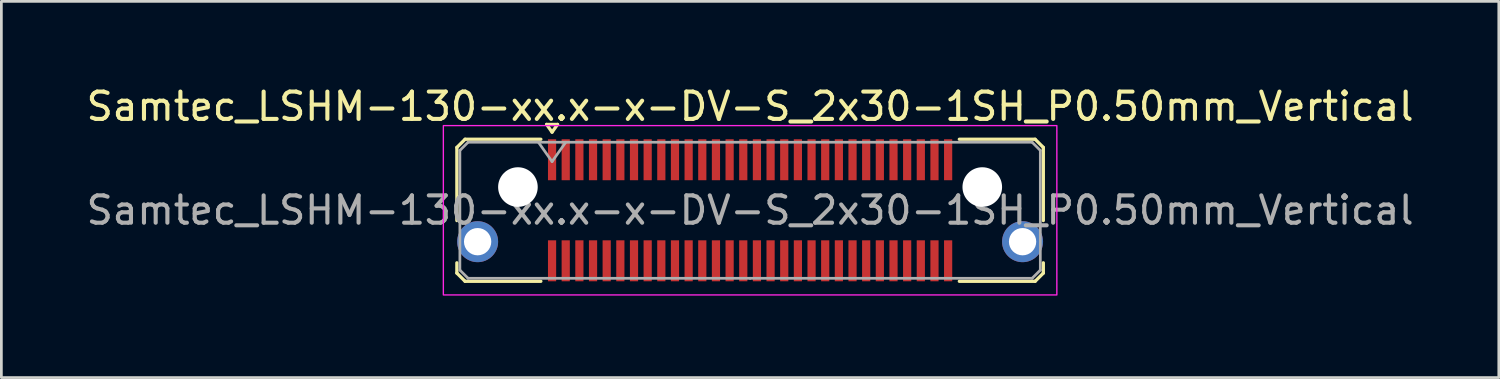
<source format=kicad_pcb>
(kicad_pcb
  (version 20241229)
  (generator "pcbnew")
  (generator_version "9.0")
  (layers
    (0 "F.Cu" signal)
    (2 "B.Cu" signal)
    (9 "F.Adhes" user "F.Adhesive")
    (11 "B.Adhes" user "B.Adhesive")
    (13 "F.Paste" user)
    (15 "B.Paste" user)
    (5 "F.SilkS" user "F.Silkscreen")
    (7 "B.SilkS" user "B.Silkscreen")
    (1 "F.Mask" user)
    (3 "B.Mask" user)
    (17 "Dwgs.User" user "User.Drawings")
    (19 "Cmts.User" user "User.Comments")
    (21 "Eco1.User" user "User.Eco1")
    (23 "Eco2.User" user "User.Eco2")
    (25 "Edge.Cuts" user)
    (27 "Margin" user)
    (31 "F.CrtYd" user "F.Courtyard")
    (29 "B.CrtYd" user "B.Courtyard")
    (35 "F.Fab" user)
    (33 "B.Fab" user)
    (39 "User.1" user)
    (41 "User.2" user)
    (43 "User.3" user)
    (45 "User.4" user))
  (footprint "Samtec_LSHM-130-xx.x-x-DV-S_2x30-1SH_P0.50mm_Vertical"
    (layer "F.Cu")
    (at 24.411 4.648)
    (property "Reference" "Samtec_LSHM-130-xx.x-x-DV-S_2x30-1SH_P0.50mm_Vertical" (at 0 -3.8 0) (layer "F.SilkS") (effects (font (size 1 1) (thickness 0.15))))
    (attr smd)
    (fp_line (start -10.735 -2.3) (end -10.735 0.377) (stroke (width 0.12) (type solid)) (layer "F.SilkS"))
    (fp_line (start -10.735 1.923) (end -10.735 2.3) (stroke (width 0.12) (type solid)) (layer "F.SilkS"))
    (fp_line (start -10.735 2.3) (end -10.435 2.6) (stroke (width 0.12) (type solid)) (layer "F.SilkS"))
    (fp_line (start -10.435 -2.6) (end -10.735 -2.3) (stroke (width 0.12) (type solid)) (layer "F.SilkS"))
    (fp_line (start -10.435 2.6) (end -7.66 2.6) (stroke (width 0.12) (type solid)) (layer "F.SilkS"))
    (fp_line (start -7.66 -2.6) (end -10.435 -2.6) (stroke (width 0.12) (type solid)) (layer "F.SilkS"))
    (fp_line (start -7.45 -3.143) (end -7.05 -3.143) (stroke (width 0.12) (type solid)) (layer "F.SilkS"))
    (fp_line (start -7.25 -2.86) (end -7.45 -3.143) (stroke (width 0.12) (type solid)) (layer "F.SilkS"))
    (fp_line (start -7.05 -3.143) (end -7.25 -2.86) (stroke (width 0.12) (type solid)) (layer "F.SilkS"))
    (fp_line (start 7.66 -2.6) (end 10.435 -2.6) (stroke (width 0.12) (type solid)) (layer "F.SilkS"))
    (fp_line (start 10.435 -2.6) (end 10.735 -2.3) (stroke (width 0.12) (type solid)) (layer "F.SilkS"))
    (fp_line (start 10.435 2.6) (end 7.66 2.6) (stroke (width 0.12) (type solid)) (layer "F.SilkS"))
    (fp_line (start 10.735 -2.3) (end 10.735 0.377) (stroke (width 0.12) (type solid)) (layer "F.SilkS"))
    (fp_line (start 10.735 1.923) (end 10.735 2.3) (stroke (width 0.12) (type solid)) (layer "F.SilkS"))
    (fp_line (start 10.735 2.3) (end 10.435 2.6) (stroke (width 0.12) (type solid)) (layer "F.SilkS"))
    (fp_rect (start -11.23 -3.1) (end 11.23 3.1) (stroke (width 0.05) (type solid)) (fill no) (layer "F.CrtYd"))
    (fp_line (start -10.625 -2.19) (end -10.625 2.19) (stroke (width 0.1) (type solid)) (layer "F.Fab"))
    (fp_line (start -10.625 2.19) (end -10.325 2.49) (stroke (width 0.1) (type solid)) (layer "F.Fab"))
    (fp_line (start -10.325 -2.49) (end -10.625 -2.19) (stroke (width 0.1) (type solid)) (layer "F.Fab"))
    (fp_line (start -10.325 2.49) (end 0 2.49) (stroke (width 0.1) (type solid)) (layer "F.Fab"))
    (fp_line (start -7.75 -2.49) (end -7.25 -1.783) (stroke (width 0.1) (type solid)) (layer "F.Fab"))
    (fp_line (start -7.25 -1.783) (end -6.75 -2.49) (stroke (width 0.1) (type solid)) (layer "F.Fab"))
    (fp_line (start 0 -2.49) (end -10.325 -2.49) (stroke (width 0.1) (type solid)) (layer "F.Fab"))
    (fp_line (start 0 -2.49) (end 10.325 -2.49) (stroke (width 0.1) (type solid)) (layer "F.Fab"))
    (fp_line (start 10.325 -2.49) (end 10.625 -2.19) (stroke (width 0.1) (type solid)) (layer "F.Fab"))
    (fp_line (start 10.325 2.49) (end 0 2.49) (stroke (width 0.1) (type solid)) (layer "F.Fab"))
    (fp_line (start 10.625 -2.19) (end 10.625 2.19) (stroke (width 0.1) (type solid)) (layer "F.Fab"))
    (fp_line (start 10.625 2.19) (end 10.325 2.49) (stroke (width 0.1) (type solid)) (layer "F.Fab"))
    (fp_text user "${REFERENCE}" (at 0 0 0) (layer "F.Fab") (effects (font (size 1 1) (thickness 0.15))))
    (pad "" np_thru_hole circle (at -8.5 -0.85) (size 1.45 1.45) (drill 1.45) (layers "*.Cu" "*.Mask"))
    (pad "" np_thru_hole circle (at 8.5 -0.85) (size 1.45 1.45) (drill 1.45) (layers "*.Cu" "*.Mask"))
    (pad "1" smd rect (at -7.25 -1.85) (size 0.3 1.5) (layers "F.Cu" "F.Mask" "F.Paste"))
    (pad "2" smd rect (at -7.25 1.85) (size 0.3 1.5) (layers "F.Cu" "F.Mask" "F.Paste"))
    (pad "3" smd rect (at -6.75 -1.85) (size 0.3 1.5) (layers "F.Cu" "F.Mask" "F.Paste"))
    (pad "4" smd rect (at -6.75 1.85) (size 0.3 1.5) (layers "F.Cu" "F.Mask" "F.Paste"))
    (pad "5" smd rect (at -6.25 -1.85) (size 0.3 1.5) (layers "F.Cu" "F.Mask" "F.Paste"))
    (pad "6" smd rect (at -6.25 1.85) (size 0.3 1.5) (layers "F.Cu" "F.Mask" "F.Paste"))
    (pad "7" smd rect (at -5.75 -1.85) (size 0.3 1.5) (layers "F.Cu" "F.Mask" "F.Paste"))
    (pad "8" smd rect (at -5.75 1.85) (size 0.3 1.5) (layers "F.Cu" "F.Mask" "F.Paste"))
    (pad "9" smd rect (at -5.25 -1.85) (size 0.3 1.5) (layers "F.Cu" "F.Mask" "F.Paste"))
    (pad "10" smd rect (at -5.25 1.85) (size 0.3 1.5) (layers "F.Cu" "F.Mask" "F.Paste"))
    (pad "11" smd rect (at -4.75 -1.85) (size 0.3 1.5) (layers "F.Cu" "F.Mask" "F.Paste"))
    (pad "12" smd rect (at -4.75 1.85) (size 0.3 1.5) (layers "F.Cu" "F.Mask" "F.Paste"))
    (pad "13" smd rect (at -4.25 -1.85) (size 0.3 1.5) (layers "F.Cu" "F.Mask" "F.Paste"))
    (pad "14" smd rect (at -4.25 1.85) (size 0.3 1.5) (layers "F.Cu" "F.Mask" "F.Paste"))
    (pad "15" smd rect (at -3.75 -1.85) (size 0.3 1.5) (layers "F.Cu" "F.Mask" "F.Paste"))
    (pad "16" smd rect (at -3.75 1.85) (size 0.3 1.5) (layers "F.Cu" "F.Mask" "F.Paste"))
    (pad "17" smd rect (at -3.25 -1.85) (size 0.3 1.5) (layers "F.Cu" "F.Mask" "F.Paste"))
    (pad "18" smd rect (at -3.25 1.85) (size 0.3 1.5) (layers "F.Cu" "F.Mask" "F.Paste"))
    (pad "19" smd rect (at -2.75 -1.85) (size 0.3 1.5) (layers "F.Cu" "F.Mask" "F.Paste"))
    (pad "20" smd rect (at -2.75 1.85) (size 0.3 1.5) (layers "F.Cu" "F.Mask" "F.Paste"))
    (pad "21" smd rect (at -2.25 -1.85) (size 0.3 1.5) (layers "F.Cu" "F.Mask" "F.Paste"))
    (pad "22" smd rect (at -2.25 1.85) (size 0.3 1.5) (layers "F.Cu" "F.Mask" "F.Paste"))
    (pad "23" smd rect (at -1.75 -1.85) (size 0.3 1.5) (layers "F.Cu" "F.Mask" "F.Paste"))
    (pad "24" smd rect (at -1.75 1.85) (size 0.3 1.5) (layers "F.Cu" "F.Mask" "F.Paste"))
    (pad "25" smd rect (at -1.25 -1.85) (size 0.3 1.5) (layers "F.Cu" "F.Mask" "F.Paste"))
    (pad "26" smd rect (at -1.25 1.85) (size 0.3 1.5) (layers "F.Cu" "F.Mask" "F.Paste"))
    (pad "27" smd rect (at -0.75 -1.85) (size 0.3 1.5) (layers "F.Cu" "F.Mask" "F.Paste"))
    (pad "28" smd rect (at -0.75 1.85) (size 0.3 1.5) (layers "F.Cu" "F.Mask" "F.Paste"))
    (pad "29" smd rect (at -0.25 -1.85) (size 0.3 1.5) (layers "F.Cu" "F.Mask" "F.Paste"))
    (pad "30" smd rect (at -0.25 1.85) (size 0.3 1.5) (layers "F.Cu" "F.Mask" "F.Paste"))
    (pad "31" smd rect (at 0.25 -1.85) (size 0.3 1.5) (layers "F.Cu" "F.Mask" "F.Paste"))
    (pad "32" smd rect (at 0.25 1.85) (size 0.3 1.5) (layers "F.Cu" "F.Mask" "F.Paste"))
    (pad "33" smd rect (at 0.75 -1.85) (size 0.3 1.5) (layers "F.Cu" "F.Mask" "F.Paste"))
    (pad "34" smd rect (at 0.75 1.85) (size 0.3 1.5) (layers "F.Cu" "F.Mask" "F.Paste"))
    (pad "35" smd rect (at 1.25 -1.85) (size 0.3 1.5) (layers "F.Cu" "F.Mask" "F.Paste"))
    (pad "36" smd rect (at 1.25 1.85) (size 0.3 1.5) (layers "F.Cu" "F.Mask" "F.Paste"))
    (pad "37" smd rect (at 1.75 -1.85) (size 0.3 1.5) (layers "F.Cu" "F.Mask" "F.Paste"))
    (pad "38" smd rect (at 1.75 1.85) (size 0.3 1.5) (layers "F.Cu" "F.Mask" "F.Paste"))
    (pad "39" smd rect (at 2.25 -1.85) (size 0.3 1.5) (layers "F.Cu" "F.Mask" "F.Paste"))
    (pad "40" smd rect (at 2.25 1.85) (size 0.3 1.5) (layers "F.Cu" "F.Mask" "F.Paste"))
    (pad "41" smd rect (at 2.75 -1.85) (size 0.3 1.5) (layers "F.Cu" "F.Mask" "F.Paste"))
    (pad "42" smd rect (at 2.75 1.85) (size 0.3 1.5) (layers "F.Cu" "F.Mask" "F.Paste"))
    (pad "43" smd rect (at 3.25 -1.85) (size 0.3 1.5) (layers "F.Cu" "F.Mask" "F.Paste"))
    (pad "44" smd rect (at 3.25 1.85) (size 0.3 1.5) (layers "F.Cu" "F.Mask" "F.Paste"))
    (pad "45" smd rect (at 3.75 -1.85) (size 0.3 1.5) (layers "F.Cu" "F.Mask" "F.Paste"))
    (pad "46" smd rect (at 3.75 1.85) (size 0.3 1.5) (layers "F.Cu" "F.Mask" "F.Paste"))
    (pad "47" smd rect (at 4.25 -1.85) (size 0.3 1.5) (layers "F.Cu" "F.Mask" "F.Paste"))
    (pad "48" smd rect (at 4.25 1.85) (size 0.3 1.5) (layers "F.Cu" "F.Mask" "F.Paste"))
    (pad "49" smd rect (at 4.75 -1.85) (size 0.3 1.5) (layers "F.Cu" "F.Mask" "F.Paste"))
    (pad "50" smd rect (at 4.75 1.85) (size 0.3 1.5) (layers "F.Cu" "F.Mask" "F.Paste"))
    (pad "51" smd rect (at 5.25 -1.85) (size 0.3 1.5) (layers "F.Cu" "F.Mask" "F.Paste"))
    (pad "52" smd rect (at 5.25 1.85) (size 0.3 1.5) (layers "F.Cu" "F.Mask" "F.Paste"))
    (pad "53" smd rect (at 5.75 -1.85) (size 0.3 1.5) (layers "F.Cu" "F.Mask" "F.Paste"))
    (pad "54" smd rect (at 5.75 1.85) (size 0.3 1.5) (layers "F.Cu" "F.Mask" "F.Paste"))
    (pad "55" smd rect (at 6.25 -1.85) (size 0.3 1.5) (layers "F.Cu" "F.Mask" "F.Paste"))
    (pad "56" smd rect (at 6.25 1.85) (size 0.3 1.5) (layers "F.Cu" "F.Mask" "F.Paste"))
    (pad "57" smd rect (at 6.75 -1.85) (size 0.3 1.5) (layers "F.Cu" "F.Mask" "F.Paste"))
    (pad "58" smd rect (at 6.75 1.85) (size 0.3 1.5) (layers "F.Cu" "F.Mask" "F.Paste"))
    (pad "59" smd rect (at 7.25 -1.85) (size 0.3 1.5) (layers "F.Cu" "F.Mask" "F.Paste"))
    (pad "60" smd rect (at 7.25 1.85) (size 0.3 1.5) (layers "F.Cu" "F.Mask" "F.Paste"))
    (pad "SH" thru_hole circle (at -9.975 1.15) (size 1.5 1.5) (drill 1) (layers "*.Cu" "*.Mask"))
    (pad "SH" thru_hole circle (at 9.975 1.15) (size 1.5 1.5) (drill 1) (layers "*.Cu" "*.Mask")))
  (gr_rect
    (start -3 -3)
    (end 51.821 10.773)
    (stroke (width 0.1) (type default))
    (fill no)
    (layer "Edge.Cuts")))
</source>
